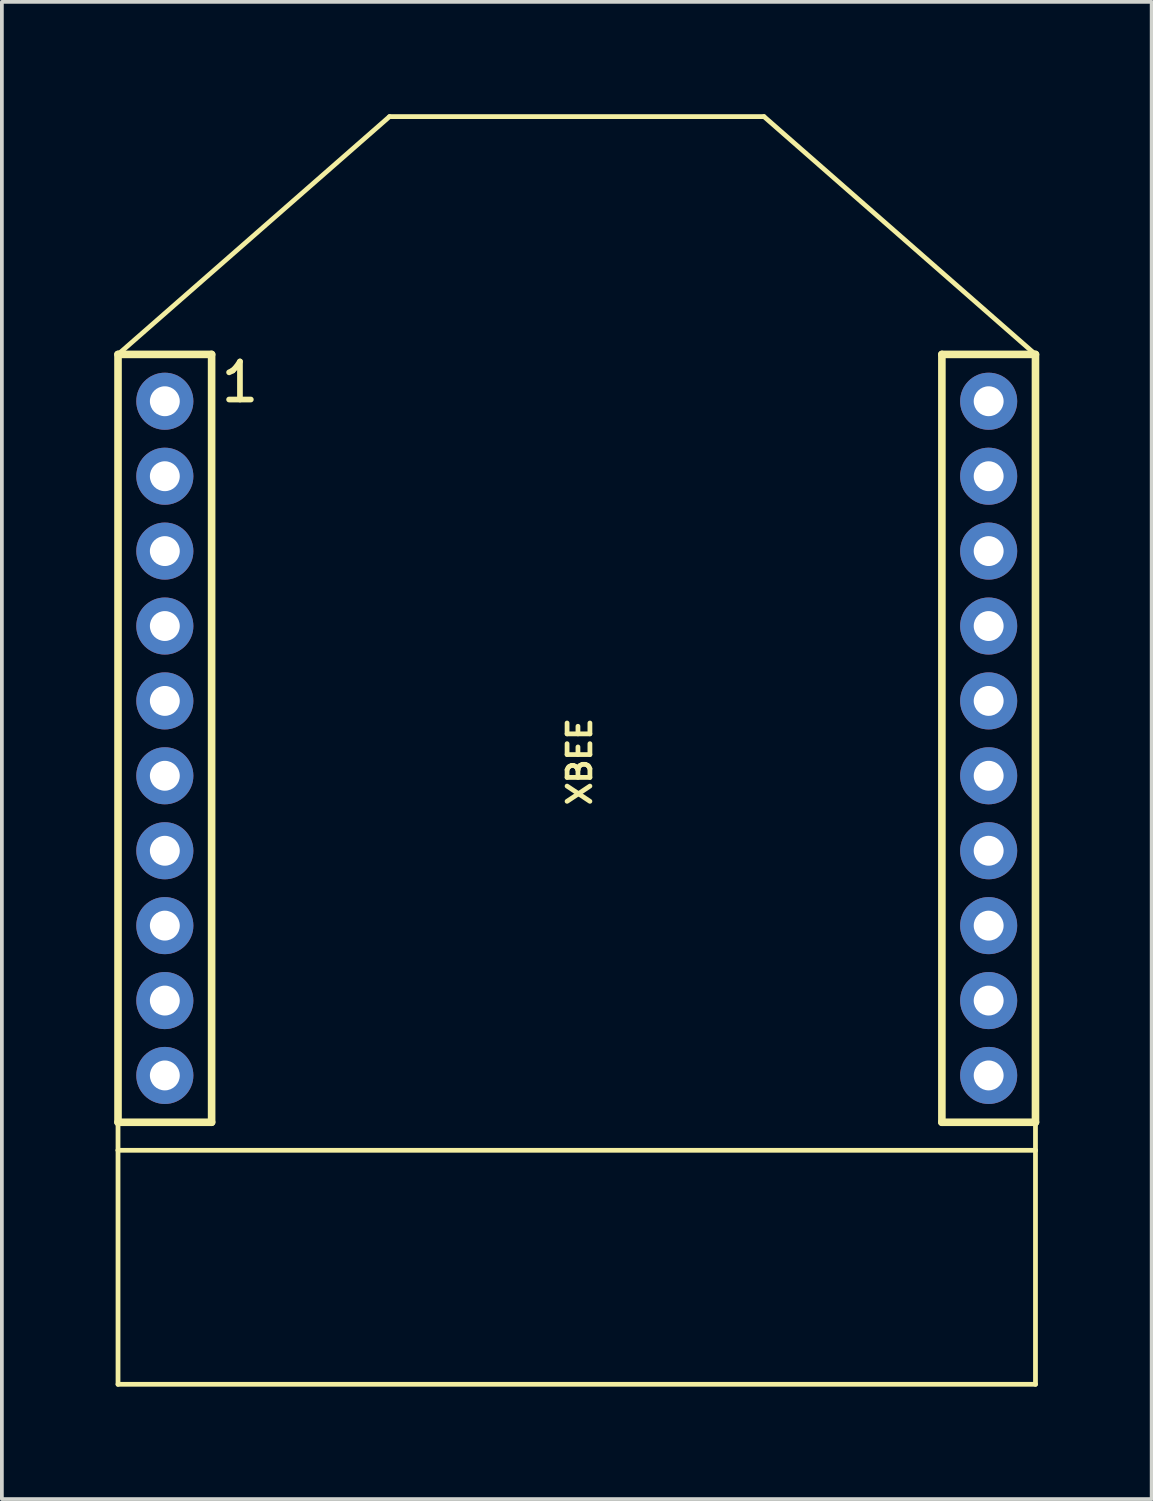
<source format=kicad_pcb>
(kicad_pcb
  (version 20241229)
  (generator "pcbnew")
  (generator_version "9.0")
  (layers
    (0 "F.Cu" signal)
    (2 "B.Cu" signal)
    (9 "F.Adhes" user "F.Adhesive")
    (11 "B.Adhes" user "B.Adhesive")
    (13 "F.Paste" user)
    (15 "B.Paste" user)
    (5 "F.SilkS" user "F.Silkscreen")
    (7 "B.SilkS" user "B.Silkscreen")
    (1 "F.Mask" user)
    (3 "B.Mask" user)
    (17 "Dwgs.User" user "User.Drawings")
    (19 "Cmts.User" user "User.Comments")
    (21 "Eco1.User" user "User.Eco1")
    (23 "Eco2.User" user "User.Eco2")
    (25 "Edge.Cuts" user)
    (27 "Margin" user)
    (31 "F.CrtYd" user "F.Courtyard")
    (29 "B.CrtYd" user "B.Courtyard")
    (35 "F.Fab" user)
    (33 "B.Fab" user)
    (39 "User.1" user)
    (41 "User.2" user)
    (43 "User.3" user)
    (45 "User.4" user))
  (footprint "XBEE"
    (layer "F.Cu")
    (at 12.349 27.663)
    (property "Reference" "XBEE" (at 0.076 -10.378 270) (layer "F.SilkS") (effects (font (size 0.61 0.61) (thickness 0.127))))
    (attr exclude_from_pos_files)
    (fp_line (start -12.248 -21.25) (end -12.248 -0.749) (stroke (width 0.203) (type solid)) (layer "F.SilkS"))
    (fp_line (start -12.248 -21.25) (end -4.999 -27.6) (stroke (width 0.127) (type solid)) (layer "F.SilkS"))
    (fp_line (start -12.248 -0.749) (end -12.248 0) (stroke (width 0.127) (type solid)) (layer "F.SilkS"))
    (fp_line (start -12.248 -0.749) (end -9.749 -0.749) (stroke (width 0.203) (type solid)) (layer "F.SilkS"))
    (fp_line (start -12.248 0) (end -12.248 6.248) (stroke (width 0.127) (type solid)) (layer "F.SilkS"))
    (fp_line (start -12.248 0) (end 12.248 0) (stroke (width 0.127) (type solid)) (layer "F.SilkS"))
    (fp_line (start -12.248 6.248) (end 12.248 6.248) (stroke (width 0.127) (type solid)) (layer "F.SilkS"))
    (fp_line (start -9.749 -21.25) (end -12.248 -21.25) (stroke (width 0.203) (type solid)) (layer "F.SilkS"))
    (fp_line (start -9.749 -21.25) (end -9.749 -0.749) (stroke (width 0.203) (type solid)) (layer "F.SilkS"))
    (fp_line (start -4.999 -27.6) (end 4.999 -27.6) (stroke (width 0.127) (type solid)) (layer "F.SilkS"))
    (fp_line (start 9.749 -21.25) (end 9.749 -0.749) (stroke (width 0.203) (type solid)) (layer "F.SilkS"))
    (fp_line (start 9.749 -21.25) (end 12.248 -21.25) (stroke (width 0.203) (type solid)) (layer "F.SilkS"))
    (fp_line (start 12.248 -21.25) (end 4.999 -27.6) (stroke (width 0.127) (type solid)) (layer "F.SilkS"))
    (fp_line (start 12.248 -21.25) (end 12.248 -0.749) (stroke (width 0.203) (type solid)) (layer "F.SilkS"))
    (fp_line (start 12.248 -0.749) (end 9.749 -0.749) (stroke (width 0.203) (type solid)) (layer "F.SilkS"))
    (fp_line (start 12.248 -0.749) (end 12.248 0) (stroke (width 0.127) (type solid)) (layer "F.SilkS"))
    (fp_line (start 12.248 0) (end 12.248 6.248) (stroke (width 0.127) (type solid)) (layer "F.SilkS"))
    (fp_text user "1" (at -8.992 -20.508 0) (layer "F.SilkS") (effects (font (size 1.016 1.016) (thickness 0.152))))
    (pad "1" thru_hole circle (at -10.998 -20) (size 1.524 1.524) (drill 0.798) (layers "*.Cu" "*.Mask"))
    (pad "2" thru_hole circle (at -10.998 -17.998) (size 1.524 1.524) (drill 0.798) (layers "*.Cu" "*.Mask"))
    (pad "3" thru_hole circle (at -10.998 -15.999) (size 1.524 1.524) (drill 0.798) (layers "*.Cu" "*.Mask"))
    (pad "4" thru_hole circle (at -10.998 -13.998) (size 1.524 1.524) (drill 0.798) (layers "*.Cu" "*.Mask"))
    (pad "5" thru_hole circle (at -10.998 -11.999) (size 1.524 1.524) (drill 0.798) (layers "*.Cu" "*.Mask"))
    (pad "6" thru_hole circle (at -10.998 -10) (size 1.524 1.524) (drill 0.798) (layers "*.Cu" "*.Mask"))
    (pad "7" thru_hole circle (at -10.998 -7.998) (size 1.524 1.524) (drill 0.798) (layers "*.Cu" "*.Mask"))
    (pad "8" thru_hole circle (at -10.998 -5.999) (size 1.524 1.524) (drill 0.798) (layers "*.Cu" "*.Mask"))
    (pad "9" thru_hole circle (at -10.998 -3.998) (size 1.524 1.524) (drill 0.798) (layers "*.Cu" "*.Mask"))
    (pad "10" thru_hole circle (at -10.998 -1.999) (size 1.524 1.524) (drill 0.798) (layers "*.Cu" "*.Mask"))
    (pad "11" thru_hole circle (at 10.998 -1.999) (size 1.524 1.524) (drill 0.798) (layers "*.Cu" "*.Mask"))
    (pad "12" thru_hole circle (at 10.998 -3.998) (size 1.524 1.524) (drill 0.798) (layers "*.Cu" "*.Mask"))
    (pad "13" thru_hole circle (at 10.998 -5.999) (size 1.524 1.524) (drill 0.798) (layers "*.Cu" "*.Mask"))
    (pad "14" thru_hole circle (at 10.998 -7.998) (size 1.524 1.524) (drill 0.798) (layers "*.Cu" "*.Mask"))
    (pad "15" thru_hole circle (at 10.998 -10) (size 1.524 1.524) (drill 0.798) (layers "*.Cu" "*.Mask"))
    (pad "16" thru_hole circle (at 10.998 -11.999) (size 1.524 1.524) (drill 0.798) (layers "*.Cu" "*.Mask"))
    (pad "17" thru_hole circle (at 10.998 -13.998) (size 1.524 1.524) (drill 0.798) (layers "*.Cu" "*.Mask"))
    (pad "18" thru_hole circle (at 10.998 -15.999) (size 1.524 1.524) (drill 0.798) (layers "*.Cu" "*.Mask"))
    (pad "19" thru_hole circle (at 10.998 -17.998) (size 1.524 1.524) (drill 0.798) (layers "*.Cu" "*.Mask"))
    (pad "20" thru_hole circle (at 10.998 -20) (size 1.524 1.524) (drill 0.798) (layers "*.Cu" "*.Mask")))
  (gr_rect
    (start -3 -3)
    (end 27.699 36.975)
    (stroke (width 0.1) (type default))
    (fill no)
    (layer "Edge.Cuts")))
</source>
